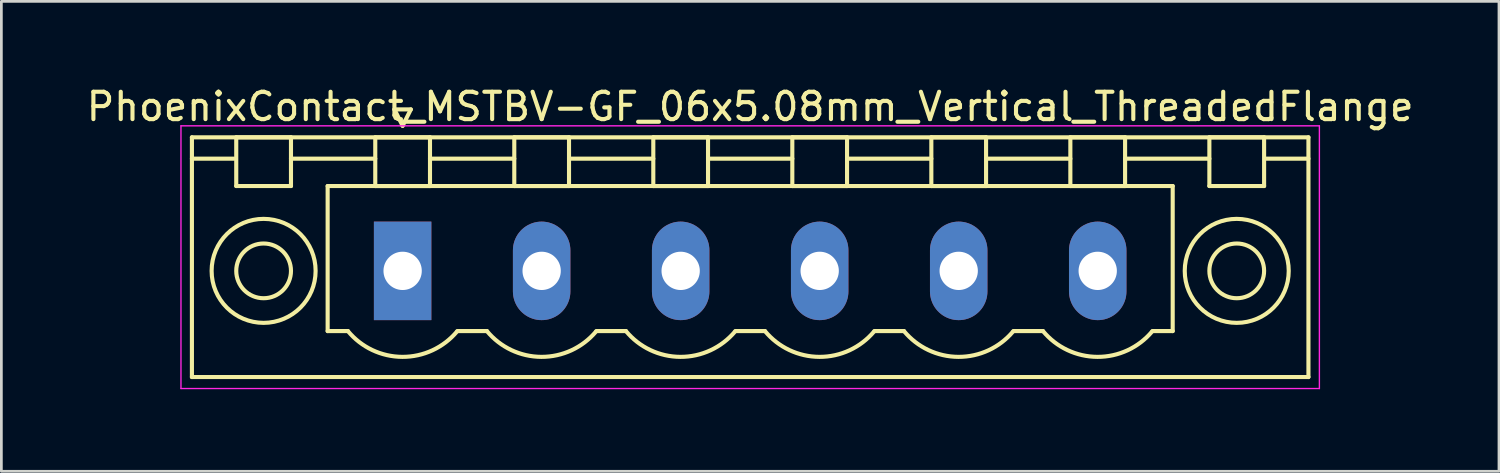
<source format=kicad_pcb>
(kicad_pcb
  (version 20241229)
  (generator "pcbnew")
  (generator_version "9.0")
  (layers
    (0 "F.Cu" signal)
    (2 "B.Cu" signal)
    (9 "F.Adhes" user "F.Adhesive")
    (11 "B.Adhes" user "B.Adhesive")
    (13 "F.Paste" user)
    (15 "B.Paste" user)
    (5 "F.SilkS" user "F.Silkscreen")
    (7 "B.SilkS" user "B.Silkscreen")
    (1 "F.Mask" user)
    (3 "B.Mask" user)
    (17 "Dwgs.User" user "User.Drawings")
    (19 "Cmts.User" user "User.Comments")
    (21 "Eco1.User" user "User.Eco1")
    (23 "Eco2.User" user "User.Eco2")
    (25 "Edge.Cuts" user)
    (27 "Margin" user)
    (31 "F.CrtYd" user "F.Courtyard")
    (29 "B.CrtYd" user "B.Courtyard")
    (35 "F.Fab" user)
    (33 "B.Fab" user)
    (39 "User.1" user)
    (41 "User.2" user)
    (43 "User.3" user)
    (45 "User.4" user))
  (footprint "PhoenixContact_MSTBV-GF_06x5.08mm_Vertical_ThreadedFlange"
    (layer "F.Cu")
    (at 11.663 6.848)
    (property "Reference" "PhoenixContact_MSTBV-GF_06x5.08mm_Vertical_ThreadedFlange" (at 12.7 -6 0) (layer "F.SilkS") (effects (font (size 1 1) (thickness 0.15))))
    (attr through_hole)
    (fp_line (start -7.7 -4.88) (end -7.7 3.88) (stroke (width 0.15) (type solid)) (layer "F.SilkS"))
    (fp_line (start -7.7 -4.1) (end -6.16 -4.1) (stroke (width 0.15) (type solid)) (layer "F.SilkS"))
    (fp_line (start -7.7 3.88) (end 33.1 3.88) (stroke (width 0.15) (type solid)) (layer "F.SilkS"))
    (fp_line (start -6.08 -4.88) (end -4.08 -4.88) (stroke (width 0.15) (type solid)) (layer "F.SilkS"))
    (fp_line (start -6.08 -3.1) (end -6.08 -4.88) (stroke (width 0.15) (type solid)) (layer "F.SilkS"))
    (fp_line (start -4.08 -4.88) (end -4.08 -3.1) (stroke (width 0.15) (type solid)) (layer "F.SilkS"))
    (fp_line (start -4.08 -4.1) (end -1 -4.1) (stroke (width 0.15) (type solid)) (layer "F.SilkS"))
    (fp_line (start -4.08 -3.1) (end -6.08 -3.1) (stroke (width 0.15) (type solid)) (layer "F.SilkS"))
    (fp_line (start -2.74 -3.1) (end 28.14 -3.1) (stroke (width 0.15) (type solid)) (layer "F.SilkS"))
    (fp_line (start -2.74 2.2) (end -2.74 -3.1) (stroke (width 0.15) (type solid)) (layer "F.SilkS"))
    (fp_line (start -2 2.2) (end -2.74 2.2) (stroke (width 0.15) (type solid)) (layer "F.SilkS"))
    (fp_line (start -1 -4.88) (end 1 -4.88) (stroke (width 0.15) (type solid)) (layer "F.SilkS"))
    (fp_line (start -1 -3.1) (end -1 -4.88) (stroke (width 0.15) (type solid)) (layer "F.SilkS"))
    (fp_line (start -0.3 -5.9) (end 0 -5.3) (stroke (width 0.15) (type solid)) (layer "F.SilkS"))
    (fp_line (start 0 -5.3) (end 0.3 -5.9) (stroke (width 0.15) (type solid)) (layer "F.SilkS"))
    (fp_line (start 0.3 -5.9) (end -0.3 -5.9) (stroke (width 0.15) (type solid)) (layer "F.SilkS"))
    (fp_line (start 1 -4.88) (end 1 -3.1) (stroke (width 0.15) (type solid)) (layer "F.SilkS"))
    (fp_line (start 1 -4.1) (end 4.08 -4.1) (stroke (width 0.15) (type solid)) (layer "F.SilkS"))
    (fp_line (start 1 -3.1) (end -1 -3.1) (stroke (width 0.15) (type solid)) (layer "F.SilkS"))
    (fp_line (start 2 2.2) (end 3.08 2.2) (stroke (width 0.15) (type solid)) (layer "F.SilkS"))
    (fp_line (start 4.08 -4.88) (end 6.08 -4.88) (stroke (width 0.15) (type solid)) (layer "F.SilkS"))
    (fp_line (start 4.08 -3.1) (end 4.08 -4.88) (stroke (width 0.15) (type solid)) (layer "F.SilkS"))
    (fp_line (start 6.08 -4.88) (end 6.08 -3.1) (stroke (width 0.15) (type solid)) (layer "F.SilkS"))
    (fp_line (start 6.08 -4.1) (end 9.16 -4.1) (stroke (width 0.15) (type solid)) (layer "F.SilkS"))
    (fp_line (start 6.08 -3.1) (end 4.08 -3.1) (stroke (width 0.15) (type solid)) (layer "F.SilkS"))
    (fp_line (start 7.08 2.2) (end 8.16 2.2) (stroke (width 0.15) (type solid)) (layer "F.SilkS"))
    (fp_line (start 9.16 -4.88) (end 11.16 -4.88) (stroke (width 0.15) (type solid)) (layer "F.SilkS"))
    (fp_line (start 9.16 -3.1) (end 9.16 -4.88) (stroke (width 0.15) (type solid)) (layer "F.SilkS"))
    (fp_line (start 11.16 -4.88) (end 11.16 -3.1) (stroke (width 0.15) (type solid)) (layer "F.SilkS"))
    (fp_line (start 11.16 -4.1) (end 14.24 -4.1) (stroke (width 0.15) (type solid)) (layer "F.SilkS"))
    (fp_line (start 11.16 -3.1) (end 9.16 -3.1) (stroke (width 0.15) (type solid)) (layer "F.SilkS"))
    (fp_line (start 12.16 2.2) (end 13.24 2.2) (stroke (width 0.15) (type solid)) (layer "F.SilkS"))
    (fp_line (start 14.24 -4.88) (end 16.24 -4.88) (stroke (width 0.15) (type solid)) (layer "F.SilkS"))
    (fp_line (start 14.24 -3.1) (end 14.24 -4.88) (stroke (width 0.15) (type solid)) (layer "F.SilkS"))
    (fp_line (start 16.24 -4.88) (end 16.24 -3.1) (stroke (width 0.15) (type solid)) (layer "F.SilkS"))
    (fp_line (start 16.24 -4.1) (end 19.32 -4.1) (stroke (width 0.15) (type solid)) (layer "F.SilkS"))
    (fp_line (start 16.24 -3.1) (end 14.24 -3.1) (stroke (width 0.15) (type solid)) (layer "F.SilkS"))
    (fp_line (start 17.24 2.2) (end 18.32 2.2) (stroke (width 0.15) (type solid)) (layer "F.SilkS"))
    (fp_line (start 19.32 -4.88) (end 21.32 -4.88) (stroke (width 0.15) (type solid)) (layer "F.SilkS"))
    (fp_line (start 19.32 -3.1) (end 19.32 -4.88) (stroke (width 0.15) (type solid)) (layer "F.SilkS"))
    (fp_line (start 21.32 -4.88) (end 21.32 -3.1) (stroke (width 0.15) (type solid)) (layer "F.SilkS"))
    (fp_line (start 21.32 -4.1) (end 24.4 -4.1) (stroke (width 0.15) (type solid)) (layer "F.SilkS"))
    (fp_line (start 21.32 -3.1) (end 19.32 -3.1) (stroke (width 0.15) (type solid)) (layer "F.SilkS"))
    (fp_line (start 22.32 2.2) (end 23.4 2.2) (stroke (width 0.15) (type solid)) (layer "F.SilkS"))
    (fp_line (start 24.4 -4.88) (end 26.4 -4.88) (stroke (width 0.15) (type solid)) (layer "F.SilkS"))
    (fp_line (start 24.4 -3.1) (end 24.4 -4.88) (stroke (width 0.15) (type solid)) (layer "F.SilkS"))
    (fp_line (start 26.4 -4.88) (end 26.4 -3.1) (stroke (width 0.15) (type solid)) (layer "F.SilkS"))
    (fp_line (start 26.4 -4.1) (end 29.48 -4.1) (stroke (width 0.15) (type solid)) (layer "F.SilkS"))
    (fp_line (start 26.4 -3.1) (end 24.4 -3.1) (stroke (width 0.15) (type solid)) (layer "F.SilkS"))
    (fp_line (start 28.14 -3.1) (end 28.14 2.2) (stroke (width 0.15) (type solid)) (layer "F.SilkS"))
    (fp_line (start 28.14 2.2) (end 27.4 2.2) (stroke (width 0.15) (type solid)) (layer "F.SilkS"))
    (fp_line (start 29.48 -4.88) (end 31.48 -4.88) (stroke (width 0.15) (type solid)) (layer "F.SilkS"))
    (fp_line (start 29.48 -3.1) (end 29.48 -4.88) (stroke (width 0.15) (type solid)) (layer "F.SilkS"))
    (fp_line (start 31.48 -4.88) (end 31.48 -3.1) (stroke (width 0.15) (type solid)) (layer "F.SilkS"))
    (fp_line (start 31.48 -3.1) (end 29.48 -3.1) (stroke (width 0.15) (type solid)) (layer "F.SilkS"))
    (fp_line (start 33.1 -4.88) (end -7.7 -4.88) (stroke (width 0.15) (type solid)) (layer "F.SilkS"))
    (fp_line (start 33.1 -4.1) (end 31.56 -4.1) (stroke (width 0.15) (type solid)) (layer "F.SilkS"))
    (fp_line (start 33.1 3.88) (end 33.1 -4.88) (stroke (width 0.15) (type solid)) (layer "F.SilkS"))
    (fp_arc (start 1.986842 2.215821) (mid -0.010289 3.142758) (end -2 2.2) (stroke (width 0.15) (type solid)) (layer "F.SilkS"))
    (fp_arc (start 7.066842 2.215821) (mid 5.069711 3.142758) (end 3.08 2.2) (stroke (width 0.15) (type solid)) (layer "F.SilkS"))
    (fp_arc (start 12.146842 2.215821) (mid 10.149711 3.142758) (end 8.16 2.2) (stroke (width 0.15) (type solid)) (layer "F.SilkS"))
    (fp_arc (start 17.226842 2.215821) (mid 15.229711 3.142758) (end 13.24 2.2) (stroke (width 0.15) (type solid)) (layer "F.SilkS"))
    (fp_arc (start 22.306842 2.215821) (mid 20.309711 3.142758) (end 18.32 2.2) (stroke (width 0.15) (type solid)) (layer "F.SilkS"))
    (fp_arc (start 27.386842 2.215821) (mid 25.389711 3.142758) (end 23.4 2.2) (stroke (width 0.15) (type solid)) (layer "F.SilkS"))
    (fp_circle (center -5.08 0) (end -4.08 0) (stroke (width 0.15) (type solid)) (fill no) (layer "F.SilkS"))
    (fp_circle (center -5.08 0) (end -3.18 0) (stroke (width 0.15) (type solid)) (fill no) (layer "F.SilkS"))
    (fp_circle (center 30.48 0) (end 31.48 0) (stroke (width 0.15) (type solid)) (fill no) (layer "F.SilkS"))
    (fp_circle (center 30.48 0) (end 32.38 0) (stroke (width 0.15) (type solid)) (fill no) (layer "F.SilkS"))
    (fp_line (start -8.1 -5.3) (end -8.1 4.3) (stroke (width 0.05) (type solid)) (layer "F.CrtYd"))
    (fp_line (start -8.1 4.3) (end 33.5 4.3) (stroke (width 0.05) (type solid)) (layer "F.CrtYd"))
    (fp_line (start 33.5 -5.3) (end -8.1 -5.3) (stroke (width 0.05) (type solid)) (layer "F.CrtYd"))
    (fp_line (start 33.5 4.3) (end 33.5 -5.3) (stroke (width 0.05) (type solid)) (layer "F.CrtYd"))
    (pad "1" thru_hole rect (at 0 0) (size 2.1 3.6) (drill 1.4) (layers "*.Cu" "*.Mask"))
    (pad "2" thru_hole oval (at 5.08 0) (size 2.1 3.6) (drill 1.4) (layers "*.Cu" "*.Mask"))
    (pad "3" thru_hole oval (at 10.16 0) (size 2.1 3.6) (drill 1.4) (layers "*.Cu" "*.Mask"))
    (pad "4" thru_hole oval (at 15.24 0) (size 2.1 3.6) (drill 1.4) (layers "*.Cu" "*.Mask"))
    (pad "5" thru_hole oval (at 20.32 0) (size 2.1 3.6) (drill 1.4) (layers "*.Cu" "*.Mask"))
    (pad "6" thru_hole oval (at 25.4 0) (size 2.1 3.6) (drill 1.4) (layers "*.Cu" "*.Mask")))
  (gr_rect
    (start -3 -3)
    (end 51.726 14.173)
    (stroke (width 0.1) (type default))
    (fill no)
    (layer "Edge.Cuts")))
</source>
